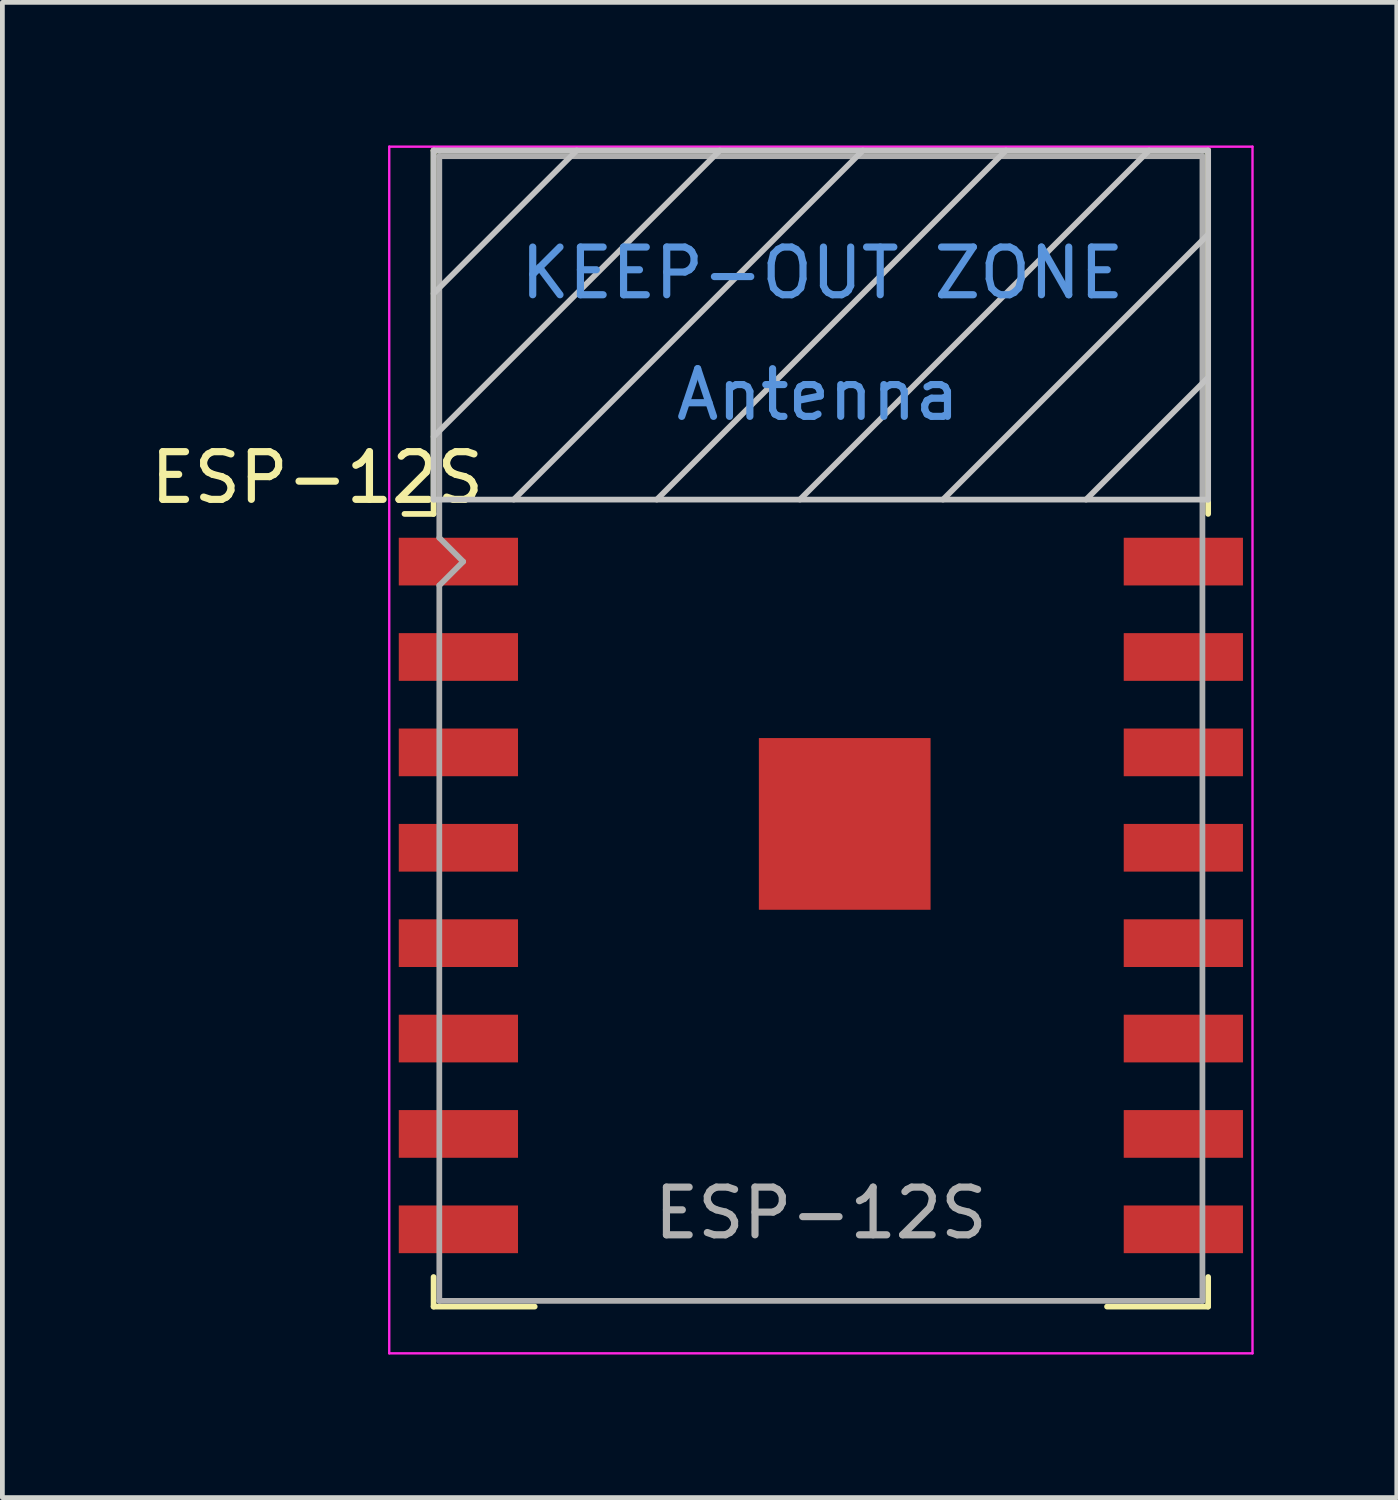
<source format=kicad_pcb>
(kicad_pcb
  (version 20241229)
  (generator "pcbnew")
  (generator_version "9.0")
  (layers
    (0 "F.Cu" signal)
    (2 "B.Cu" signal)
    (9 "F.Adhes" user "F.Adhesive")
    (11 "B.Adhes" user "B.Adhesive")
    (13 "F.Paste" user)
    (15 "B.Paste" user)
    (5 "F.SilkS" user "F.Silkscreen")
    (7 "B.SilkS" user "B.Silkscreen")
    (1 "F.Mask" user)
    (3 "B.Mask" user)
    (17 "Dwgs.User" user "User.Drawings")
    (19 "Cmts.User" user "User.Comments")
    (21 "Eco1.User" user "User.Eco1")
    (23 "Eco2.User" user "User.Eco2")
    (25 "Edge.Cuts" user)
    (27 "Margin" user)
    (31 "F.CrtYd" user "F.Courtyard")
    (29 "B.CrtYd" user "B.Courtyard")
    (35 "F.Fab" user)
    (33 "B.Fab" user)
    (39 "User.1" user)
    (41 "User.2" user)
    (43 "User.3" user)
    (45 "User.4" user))
  (footprint "ESP-12S"
    (layer "F.Cu")
    (at 14.161 12.225)
    (property "Reference" "ESP-12S" (at -10.56 -5.26 0) (layer "F.SilkS") (effects (font (size 1 1) (thickness 0.15))))
    (attr smd)
    (fp_line (start -8.12 -12.12) (end 8.12 -12.12) (stroke (width 0.12) (type solid)) (layer "F.SilkS"))
    (fp_line (start -8.12 -4.5) (end -8.73 -4.5) (stroke (width 0.12) (type solid)) (layer "F.SilkS"))
    (fp_line (start -8.12 -4.5) (end -8.12 -12.12) (stroke (width 0.12) (type solid)) (layer "F.SilkS"))
    (fp_line (start -8.12 12.12) (end -8.12 11.5) (stroke (width 0.12) (type solid)) (layer "F.SilkS"))
    (fp_line (start -6 12.12) (end -8.12 12.12) (stroke (width 0.12) (type solid)) (layer "F.SilkS"))
    (fp_line (start 8.12 -12.12) (end 8.12 -4.5) (stroke (width 0.12) (type solid)) (layer "F.SilkS"))
    (fp_line (start 8.12 11.5) (end 8.12 12.12) (stroke (width 0.12) (type solid)) (layer "F.SilkS"))
    (fp_line (start 8.12 12.12) (end 6 12.12) (stroke (width 0.12) (type solid)) (layer "F.SilkS"))
    (fp_line (start -8.12 -12.12) (end 8.12 -12.12) (stroke (width 0.12) (type solid)) (layer "Dwgs.User"))
    (fp_line (start -8.12 -9.12) (end -5.12 -12.12) (stroke (width 0.12) (type solid)) (layer "Dwgs.User"))
    (fp_line (start -8.12 -6.12) (end -2.12 -12.12) (stroke (width 0.12) (type solid)) (layer "Dwgs.User"))
    (fp_line (start -8.12 -4.8) (end -8.12 -12.12) (stroke (width 0.12) (type solid)) (layer "Dwgs.User"))
    (fp_line (start -6.44 -4.8) (end 0.88 -12.12) (stroke (width 0.12) (type solid)) (layer "Dwgs.User"))
    (fp_line (start -3.44 -4.8) (end 3.88 -12.12) (stroke (width 0.12) (type solid)) (layer "Dwgs.User"))
    (fp_line (start -0.44 -4.8) (end 6.88 -12.12) (stroke (width 0.12) (type solid)) (layer "Dwgs.User"))
    (fp_line (start 2.56 -4.8) (end 8.12 -10.36) (stroke (width 0.12) (type solid)) (layer "Dwgs.User"))
    (fp_line (start 5.56 -4.8) (end 8.12 -7.36) (stroke (width 0.12) (type solid)) (layer "Dwgs.User"))
    (fp_line (start 8.12 -12.12) (end 8.12 -4.8) (stroke (width 0.12) (type solid)) (layer "Dwgs.User"))
    (fp_line (start 8.12 -4.8) (end -8.12 -4.8) (stroke (width 0.12) (type solid)) (layer "Dwgs.User"))
    (fp_line (start -9.05 -12.2) (end 9.05 -12.2) (stroke (width 0.05) (type solid)) (layer "F.CrtYd"))
    (fp_line (start -9.05 13.1) (end -9.05 -12.2) (stroke (width 0.05) (type solid)) (layer "F.CrtYd"))
    (fp_line (start 9.05 -12.2) (end 9.05 13.1) (stroke (width 0.05) (type solid)) (layer "F.CrtYd"))
    (fp_line (start 9.05 13.1) (end -9.05 13.1) (stroke (width 0.05) (type solid)) (layer "F.CrtYd"))
    (fp_line (start -8 -12) (end 8 -12) (stroke (width 0.12) (type solid)) (layer "F.Fab"))
    (fp_line (start -8 -4) (end -8 -12) (stroke (width 0.12) (type solid)) (layer "F.Fab"))
    (fp_line (start -8 -3) (end -7.5 -3.5) (stroke (width 0.12) (type solid)) (layer "F.Fab"))
    (fp_line (start -8 12) (end -8 -3) (stroke (width 0.12) (type solid)) (layer "F.Fab"))
    (fp_line (start -7.5 -3.5) (end -8 -4) (stroke (width 0.12) (type solid)) (layer "F.Fab"))
    (fp_line (start 8 -12) (end 8 12) (stroke (width 0.12) (type solid)) (layer "F.Fab"))
    (fp_line (start 8 12) (end -8 12) (stroke (width 0.12) (type solid)) (layer "F.Fab"))
    (fp_text user "Antenna" (at -0.06 -7 180) (layer "Cmts.User") (effects (font (size 1 1) (thickness 0.15))))
    (fp_text user "KEEP-OUT ZONE" (at 0.03 -9.55 180) (layer "Cmts.User") (effects (font (size 1 1) (thickness 0.15))))
    (fp_text user "${REFERENCE}" (at 0 10.16 0) (layer "F.Fab") (effects (font (size 1 1) (thickness 0.15))))
    (pad "1" smd rect (at -7.6 -3.5) (size 2.5 1) (layers "F.Cu" "F.Mask" "F.Paste"))
    (pad "2" smd rect (at -7.6 -1.5) (size 2.5 1) (layers "F.Cu" "F.Mask" "F.Paste"))
    (pad "3" smd rect (at -7.6 0.5) (size 2.5 1) (layers "F.Cu" "F.Mask" "F.Paste"))
    (pad "4" smd rect (at -7.6 2.5) (size 2.5 1) (layers "F.Cu" "F.Mask" "F.Paste"))
    (pad "5" smd rect (at -7.6 4.5) (size 2.5 1) (layers "F.Cu" "F.Mask" "F.Paste"))
    (pad "6" smd rect (at -7.6 6.5) (size 2.5 1) (layers "F.Cu" "F.Mask" "F.Paste"))
    (pad "7" smd rect (at -7.6 8.5) (size 2.5 1) (layers "F.Cu" "F.Mask" "F.Paste"))
    (pad "8" smd rect (at -7.6 10.5) (size 2.5 1) (layers "F.Cu" "F.Mask" "F.Paste"))
    (pad "9" smd rect (at 7.6 10.5) (size 2.5 1) (layers "F.Cu" "F.Mask" "F.Paste"))
    (pad "10" smd rect (at 7.6 8.5) (size 2.5 1) (layers "F.Cu" "F.Mask" "F.Paste"))
    (pad "11" smd rect (at 7.6 6.5) (size 2.5 1) (layers "F.Cu" "F.Mask" "F.Paste"))
    (pad "12" smd rect (at 7.6 4.5) (size 2.5 1) (layers "F.Cu" "F.Mask" "F.Paste"))
    (pad "13" smd rect (at 7.6 2.5) (size 2.5 1) (layers "F.Cu" "F.Mask" "F.Paste"))
    (pad "14" smd rect (at 7.6 0.5) (size 2.5 1) (layers "F.Cu" "F.Mask" "F.Paste"))
    (pad "15" smd rect (at 7.6 -1.5) (size 2.5 1) (layers "F.Cu" "F.Mask" "F.Paste"))
    (pad "16" smd rect (at 7.6 -3.5) (size 2.5 1) (layers "F.Cu" "F.Mask" "F.Paste"))
    (pad "GND" smd rect (at 0.5 2) (size 3.6 3.6) (layers "F.Cu" "F.Mask" "F.Paste")))
  (gr_rect
    (start -3 -3)
    (end 26.236 28.35)
    (stroke (width 0.1) (type default))
    (fill no)
    (layer "Edge.Cuts")))
</source>
